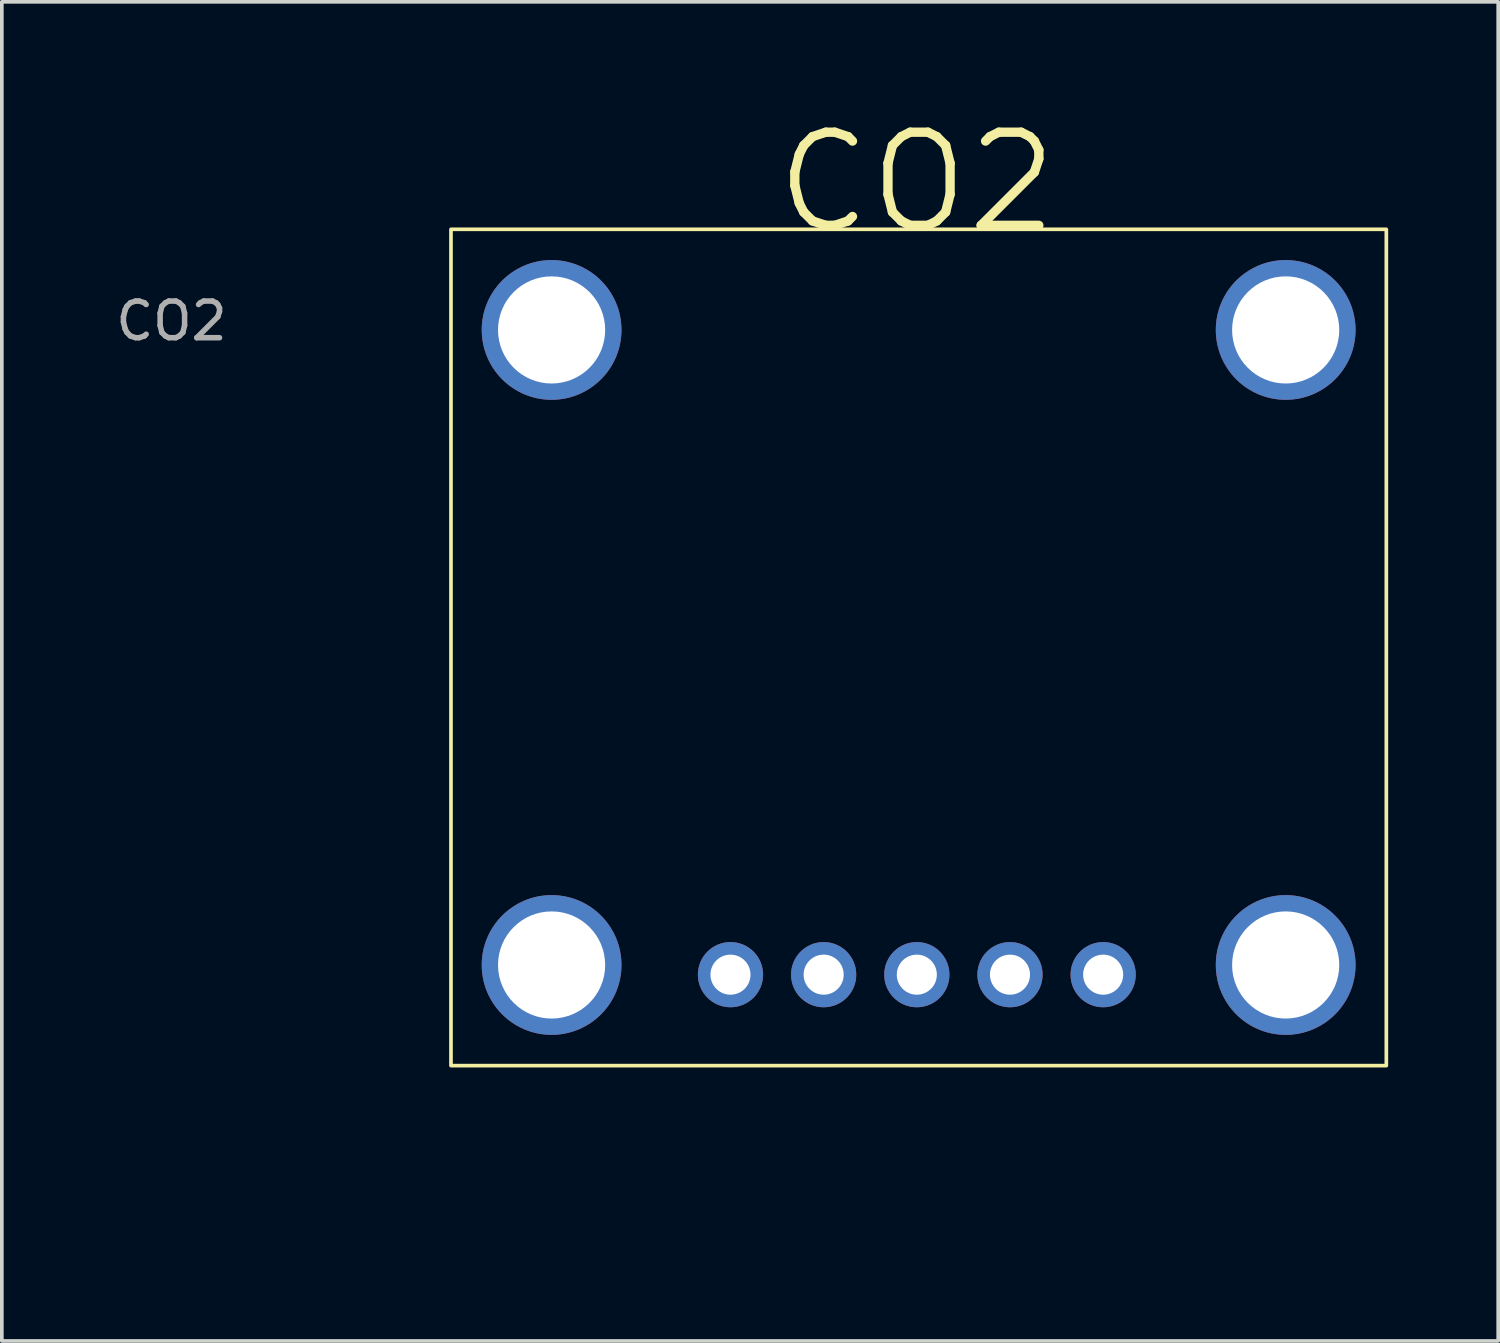
<source format=kicad_pcb>
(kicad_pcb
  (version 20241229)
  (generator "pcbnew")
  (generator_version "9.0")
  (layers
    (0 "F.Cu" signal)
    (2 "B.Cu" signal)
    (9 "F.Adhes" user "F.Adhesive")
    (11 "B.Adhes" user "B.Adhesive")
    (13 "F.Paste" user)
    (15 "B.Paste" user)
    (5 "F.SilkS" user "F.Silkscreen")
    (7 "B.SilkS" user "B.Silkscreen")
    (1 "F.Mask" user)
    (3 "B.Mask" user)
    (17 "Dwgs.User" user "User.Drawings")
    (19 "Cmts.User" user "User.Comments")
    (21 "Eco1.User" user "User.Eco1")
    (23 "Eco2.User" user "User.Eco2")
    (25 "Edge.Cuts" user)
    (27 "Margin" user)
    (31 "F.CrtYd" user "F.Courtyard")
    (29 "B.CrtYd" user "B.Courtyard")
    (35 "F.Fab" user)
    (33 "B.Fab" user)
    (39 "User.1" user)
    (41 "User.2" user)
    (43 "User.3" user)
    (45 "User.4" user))
  (footprint "CO2"
    (layer "F.Cu")
    (at 9.245 3.202)
    (property "Reference" "CO2" (at 12.7 -1.27 0) (unlocked yes) (layer "F.SilkS") (effects (font (size 2.54 2.54) (thickness 0.254))))
    (attr through_hole)
    (fp_rect (start 0 0) (end 25.5 22.8) (stroke (width 0.1) (type default)) (fill no) (layer "F.SilkS"))
    (fp_text user "${REFERENCE}" (at -7.62 2.5 0) (unlocked yes) (layer "F.Fab") (effects (font (size 1 1) (thickness 0.15))))
    (dimension (type aligned) (layer "User.1") (pts (xy 9.245 3.202) (xy 9.245 26.002)) (height 2.54) (format (prefix "") (suffix "") (units 3) (units_format 1) (precision 4)) (style (thickness 0.1) (arrow_length 1.27) (text_position_mode 0) (arrow_direction outward) (extension_height 0.586) (extension_offset 0.5) (keep_text_aligned yes)) (gr_text "22.8000 mm" (at 5.555 14.602 90) (layer "User.1") (effects (font (size 1 1) (thickness 0.15)))))
    (dimension (type aligned) (layer "User.1") (pts (xy 9.245 26.002) (xy 34.745 26.002)) (height 3.87) (format (prefix "") (suffix "") (units 3) (units_format 1) (precision 4)) (style (thickness 0.1) (arrow_length 1.27) (text_position_mode 0) (arrow_direction outward) (extension_height 0.586) (extension_offset 0.5) (keep_text_aligned yes)) (gr_text "25.5000 mm" (at 21.995 28.722 0) (layer "User.1") (effects (font (size 1 1) (thickness 0.15)))))
    (pad "1" thru_hole circle (at 7.62 20.32) (size 1.778 1.778) (drill 1.092) (layers "*.Cu" "*.Mask"))
    (pad "2" thru_hole circle (at 10.16 20.32) (size 1.778 1.778) (drill 1.092) (layers "*.Cu" "*.Mask"))
    (pad "3" thru_hole circle (at 12.7 20.32) (size 1.778 1.778) (drill 1.092) (layers "*.Cu" "*.Mask"))
    (pad "4" thru_hole circle (at 15.24 20.32) (size 1.778 1.778) (drill 1.092) (layers "*.Cu" "*.Mask"))
    (pad "5" thru_hole circle (at 17.78 20.32) (size 1.778 1.778) (drill 1.092) (layers "*.Cu" "*.Mask"))
    (pad "6" thru_hole circle (at 2.743 2.743 270) (size 3.81 3.81) (drill 2.921) (layers "*.Cu" "*.Mask"))
    (pad "7" thru_hole circle (at 22.756 2.743 270) (size 3.81 3.81) (drill 2.921) (layers "*.Cu" "*.Mask"))
    (pad "8" thru_hole circle (at 2.743 20.056 270) (size 3.81 3.81) (drill 2.921) (layers "*.Cu" "*.Mask"))
    (pad "9" thru_hole circle (at 22.756 20.056 270) (size 3.81 3.81) (drill 2.921) (layers "*.Cu" "*.Mask")))
  (gr_rect
    (start -3 -3)
    (end 37.795 33.508)
    (stroke (width 0.1) (type default))
    (fill no)
    (layer "Edge.Cuts")))
</source>
